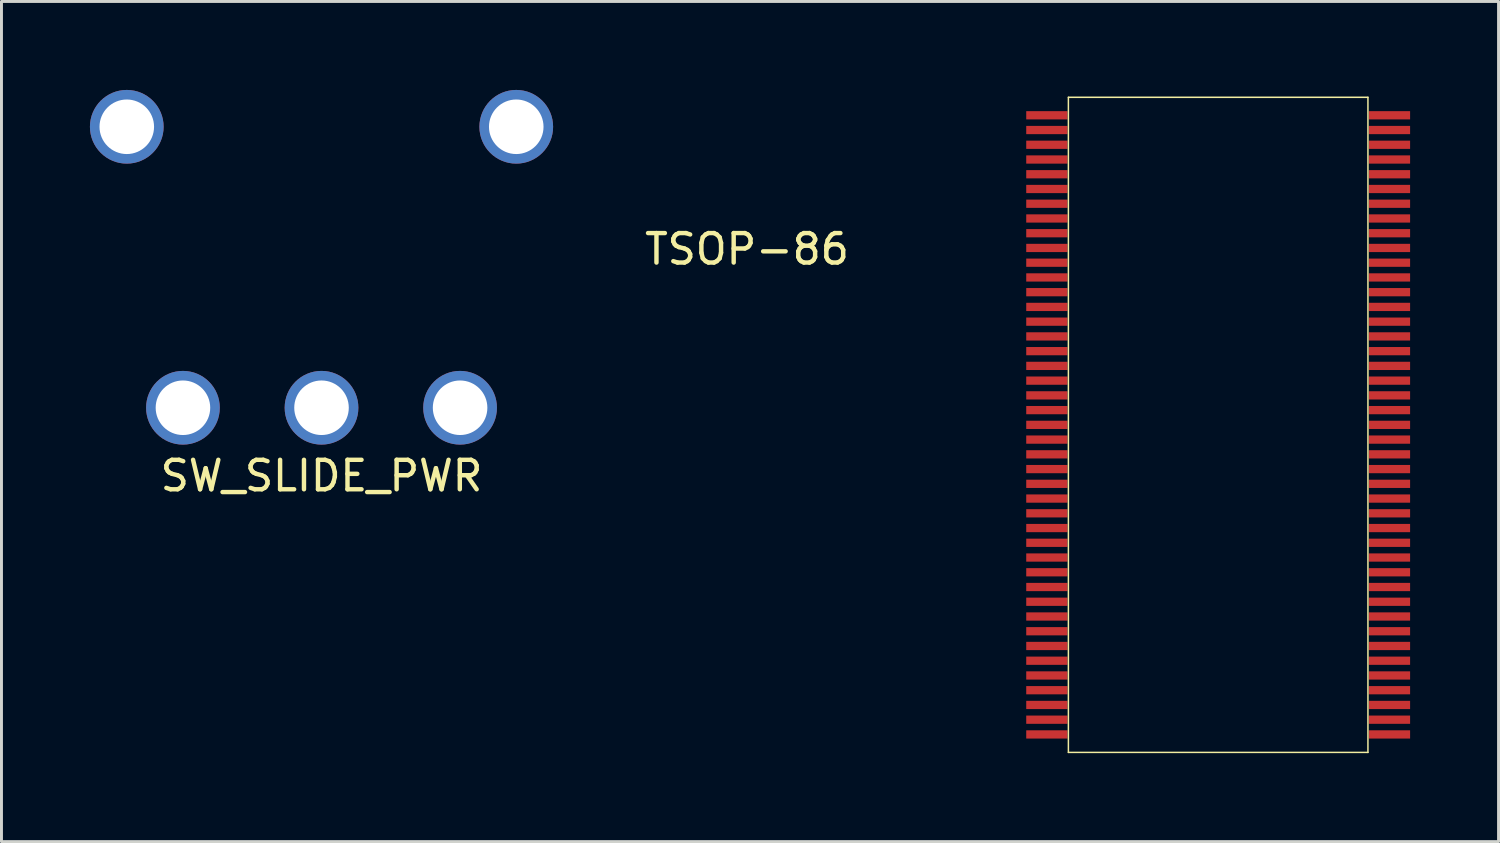
<source format=kicad_pcb>
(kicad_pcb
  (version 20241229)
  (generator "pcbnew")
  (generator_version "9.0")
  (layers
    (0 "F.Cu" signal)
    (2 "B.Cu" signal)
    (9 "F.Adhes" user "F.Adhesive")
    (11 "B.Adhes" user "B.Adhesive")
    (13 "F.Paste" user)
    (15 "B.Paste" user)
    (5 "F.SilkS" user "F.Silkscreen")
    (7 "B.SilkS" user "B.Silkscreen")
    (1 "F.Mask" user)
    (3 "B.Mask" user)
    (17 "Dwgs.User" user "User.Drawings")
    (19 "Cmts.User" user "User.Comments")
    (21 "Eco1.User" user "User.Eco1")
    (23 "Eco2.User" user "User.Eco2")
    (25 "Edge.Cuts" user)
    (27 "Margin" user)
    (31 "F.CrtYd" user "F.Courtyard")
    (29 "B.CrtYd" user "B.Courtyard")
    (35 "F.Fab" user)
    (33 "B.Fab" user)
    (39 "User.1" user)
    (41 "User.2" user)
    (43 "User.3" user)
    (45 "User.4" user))
  (footprint "TSOP-86"
    (layer "F.Cu")
    (at 33.187 0.25)
    (property "Reference" "TSOP-86" (at -10.9 5.15 0) (layer "F.SilkS") (effects (font (size 1 1) (thickness 0.15))))
    (attr through_hole)
    (fp_line (start 0 0) (end 10.16 0) (stroke (width 0.05) (type solid)) (layer "F.SilkS"))
    (fp_line (start 0 22.22) (end 0 0) (stroke (width 0.05) (type solid)) (layer "F.SilkS"))
    (fp_line (start 10.16 0) (end 10.16 22.22) (stroke (width 0.05) (type solid)) (layer "F.SilkS"))
    (fp_line (start 10.16 22.22) (end 0 22.22) (stroke (width 0.05) (type solid)) (layer "F.SilkS"))
    (pad "1" smd rect (at -0.73 0.61) (size 1.4 0.28) (layers "F.Cu" "F.Mask" "F.Paste"))
    (pad "2" smd rect (at -0.73 1.11) (size 1.4 0.28) (layers "F.Cu" "F.Mask" "F.Paste"))
    (pad "3" smd rect (at -0.73 1.61) (size 1.4 0.28) (layers "F.Cu" "F.Mask" "F.Paste"))
    (pad "4" smd rect (at -0.73 2.11) (size 1.4 0.28) (layers "F.Cu" "F.Mask" "F.Paste"))
    (pad "5" smd rect (at -0.73 2.61) (size 1.4 0.28) (layers "F.Cu" "F.Mask" "F.Paste"))
    (pad "6" smd rect (at -0.73 3.11) (size 1.4 0.28) (layers "F.Cu" "F.Mask" "F.Paste"))
    (pad "7" smd rect (at -0.73 3.61) (size 1.4 0.28) (layers "F.Cu" "F.Mask" "F.Paste"))
    (pad "8" smd rect (at -0.73 4.11) (size 1.4 0.28) (layers "F.Cu" "F.Mask" "F.Paste"))
    (pad "9" smd rect (at -0.73 4.61) (size 1.4 0.28) (layers "F.Cu" "F.Mask" "F.Paste"))
    (pad "10" smd rect (at -0.73 5.11) (size 1.4 0.28) (layers "F.Cu" "F.Mask" "F.Paste"))
    (pad "11" smd rect (at -0.73 5.61) (size 1.4 0.28) (layers "F.Cu" "F.Mask" "F.Paste"))
    (pad "12" smd rect (at -0.73 6.11) (size 1.4 0.28) (layers "F.Cu" "F.Mask" "F.Paste"))
    (pad "13" smd rect (at -0.73 6.61) (size 1.4 0.28) (layers "F.Cu" "F.Mask" "F.Paste"))
    (pad "14" smd rect (at -0.73 7.11) (size 1.4 0.28) (layers "F.Cu" "F.Mask" "F.Paste"))
    (pad "15" smd rect (at -0.73 7.61) (size 1.4 0.28) (layers "F.Cu" "F.Mask" "F.Paste"))
    (pad "16" smd rect (at -0.73 8.11) (size 1.4 0.28) (layers "F.Cu" "F.Mask" "F.Paste"))
    (pad "17" smd rect (at -0.73 8.61) (size 1.4 0.28) (layers "F.Cu" "F.Mask" "F.Paste"))
    (pad "18" smd rect (at -0.73 9.11) (size 1.4 0.28) (layers "F.Cu" "F.Mask" "F.Paste"))
    (pad "19" smd rect (at -0.73 9.61) (size 1.4 0.28) (layers "F.Cu" "F.Mask" "F.Paste"))
    (pad "20" smd rect (at -0.73 10.11) (size 1.4 0.28) (layers "F.Cu" "F.Mask" "F.Paste"))
    (pad "21" smd rect (at -0.73 10.61) (size 1.4 0.28) (layers "F.Cu" "F.Mask" "F.Paste"))
    (pad "22" smd rect (at -0.73 11.11) (size 1.4 0.28) (layers "F.Cu" "F.Mask" "F.Paste"))
    (pad "23" smd rect (at -0.73 11.61) (size 1.4 0.28) (layers "F.Cu" "F.Mask" "F.Paste"))
    (pad "24" smd rect (at -0.73 12.11) (size 1.4 0.28) (layers "F.Cu" "F.Mask" "F.Paste"))
    (pad "25" smd rect (at -0.73 12.61) (size 1.4 0.28) (layers "F.Cu" "F.Mask" "F.Paste"))
    (pad "26" smd rect (at -0.73 13.11) (size 1.4 0.28) (layers "F.Cu" "F.Mask" "F.Paste"))
    (pad "27" smd rect (at -0.73 13.61) (size 1.4 0.28) (layers "F.Cu" "F.Mask" "F.Paste"))
    (pad "28" smd rect (at -0.73 14.11) (size 1.4 0.28) (layers "F.Cu" "F.Mask" "F.Paste"))
    (pad "29" smd rect (at -0.73 14.61) (size 1.4 0.28) (layers "F.Cu" "F.Mask" "F.Paste"))
    (pad "30" smd rect (at -0.73 15.11) (size 1.4 0.28) (layers "F.Cu" "F.Mask" "F.Paste"))
    (pad "31" smd rect (at -0.73 15.61) (size 1.4 0.28) (layers "F.Cu" "F.Mask" "F.Paste"))
    (pad "32" smd rect (at -0.73 16.11) (size 1.4 0.28) (layers "F.Cu" "F.Mask" "F.Paste"))
    (pad "33" smd rect (at -0.73 16.61) (size 1.4 0.28) (layers "F.Cu" "F.Mask" "F.Paste"))
    (pad "34" smd rect (at -0.73 17.11) (size 1.4 0.28) (layers "F.Cu" "F.Mask" "F.Paste"))
    (pad "35" smd rect (at -0.73 17.61) (size 1.4 0.28) (layers "F.Cu" "F.Mask" "F.Paste"))
    (pad "36" smd rect (at -0.73 18.11) (size 1.4 0.28) (layers "F.Cu" "F.Mask" "F.Paste"))
    (pad "37" smd rect (at -0.73 18.61) (size 1.4 0.28) (layers "F.Cu" "F.Mask" "F.Paste"))
    (pad "38" smd rect (at -0.73 19.11) (size 1.4 0.28) (layers "F.Cu" "F.Mask" "F.Paste"))
    (pad "39" smd rect (at -0.73 19.61) (size 1.4 0.28) (layers "F.Cu" "F.Mask" "F.Paste"))
    (pad "40" smd rect (at -0.73 20.11) (size 1.4 0.28) (layers "F.Cu" "F.Mask" "F.Paste"))
    (pad "41" smd rect (at -0.73 20.61) (size 1.4 0.28) (layers "F.Cu" "F.Mask" "F.Paste"))
    (pad "42" smd rect (at -0.73 21.11) (size 1.4 0.28) (layers "F.Cu" "F.Mask" "F.Paste"))
    (pad "43" smd rect (at -0.73 21.61) (size 1.4 0.28) (layers "F.Cu" "F.Mask" "F.Paste"))
    (pad "44" smd rect (at 10.89 21.61) (size 1.4 0.28) (layers "F.Cu" "F.Mask" "F.Paste"))
    (pad "45" smd rect (at 10.89 21.11) (size 1.4 0.28) (layers "F.Cu" "F.Mask" "F.Paste"))
    (pad "46" smd rect (at 10.89 20.61) (size 1.4 0.28) (layers "F.Cu" "F.Mask" "F.Paste"))
    (pad "47" smd rect (at 10.89 20.11) (size 1.4 0.28) (layers "F.Cu" "F.Mask" "F.Paste"))
    (pad "48" smd rect (at 10.89 19.61) (size 1.4 0.28) (layers "F.Cu" "F.Mask" "F.Paste"))
    (pad "49" smd rect (at 10.89 19.11) (size 1.4 0.28) (layers "F.Cu" "F.Mask" "F.Paste"))
    (pad "50" smd rect (at 10.89 18.61) (size 1.4 0.28) (layers "F.Cu" "F.Mask" "F.Paste"))
    (pad "51" smd rect (at 10.89 18.11) (size 1.4 0.28) (layers "F.Cu" "F.Mask" "F.Paste"))
    (pad "52" smd rect (at 10.89 17.61) (size 1.4 0.28) (layers "F.Cu" "F.Mask" "F.Paste"))
    (pad "53" smd rect (at 10.89 17.11) (size 1.4 0.28) (layers "F.Cu" "F.Mask" "F.Paste"))
    (pad "54" smd rect (at 10.89 16.61) (size 1.4 0.28) (layers "F.Cu" "F.Mask" "F.Paste"))
    (pad "55" smd rect (at 10.89 16.11) (size 1.4 0.28) (layers "F.Cu" "F.Mask" "F.Paste"))
    (pad "56" smd rect (at 10.89 15.61) (size 1.4 0.28) (layers "F.Cu" "F.Mask" "F.Paste"))
    (pad "57" smd rect (at 10.89 15.11) (size 1.4 0.28) (layers "F.Cu" "F.Mask" "F.Paste"))
    (pad "58" smd rect (at 10.89 14.61) (size 1.4 0.28) (layers "F.Cu" "F.Mask" "F.Paste"))
    (pad "59" smd rect (at 10.89 14.11) (size 1.4 0.28) (layers "F.Cu" "F.Mask" "F.Paste"))
    (pad "60" smd rect (at 10.89 13.61) (size 1.4 0.28) (layers "F.Cu" "F.Mask" "F.Paste"))
    (pad "61" smd rect (at 10.89 13.11) (size 1.4 0.28) (layers "F.Cu" "F.Mask" "F.Paste"))
    (pad "62" smd rect (at 10.89 12.61) (size 1.4 0.28) (layers "F.Cu" "F.Mask" "F.Paste"))
    (pad "63" smd rect (at 10.89 12.11) (size 1.4 0.28) (layers "F.Cu" "F.Mask" "F.Paste"))
    (pad "64" smd rect (at 10.89 11.61) (size 1.4 0.28) (layers "F.Cu" "F.Mask" "F.Paste"))
    (pad "65" smd rect (at 10.89 11.11) (size 1.4 0.28) (layers "F.Cu" "F.Mask" "F.Paste"))
    (pad "66" smd rect (at 10.89 10.61) (size 1.4 0.28) (layers "F.Cu" "F.Mask" "F.Paste"))
    (pad "67" smd rect (at 10.89 10.11) (size 1.4 0.28) (layers "F.Cu" "F.Mask" "F.Paste"))
    (pad "68" smd rect (at 10.89 9.61) (size 1.4 0.28) (layers "F.Cu" "F.Mask" "F.Paste"))
    (pad "69" smd rect (at 10.89 9.11) (size 1.4 0.28) (layers "F.Cu" "F.Mask" "F.Paste"))
    (pad "70" smd rect (at 10.89 8.61) (size 1.4 0.28) (layers "F.Cu" "F.Mask" "F.Paste"))
    (pad "71" smd rect (at 10.89 8.11) (size 1.4 0.28) (layers "F.Cu" "F.Mask" "F.Paste"))
    (pad "72" smd rect (at 10.89 7.61) (size 1.4 0.28) (layers "F.Cu" "F.Mask" "F.Paste"))
    (pad "73" smd rect (at 10.89 7.11) (size 1.4 0.28) (layers "F.Cu" "F.Mask" "F.Paste"))
    (pad "74" smd rect (at 10.89 6.61) (size 1.4 0.28) (layers "F.Cu" "F.Mask" "F.Paste"))
    (pad "75" smd rect (at 10.89 6.11) (size 1.4 0.28) (layers "F.Cu" "F.Mask" "F.Paste"))
    (pad "76" smd rect (at 10.89 5.61) (size 1.4 0.28) (layers "F.Cu" "F.Mask" "F.Paste"))
    (pad "77" smd rect (at 10.89 5.11) (size 1.4 0.28) (layers "F.Cu" "F.Mask" "F.Paste"))
    (pad "78" smd rect (at 10.89 4.61) (size 1.4 0.28) (layers "F.Cu" "F.Mask" "F.Paste"))
    (pad "79" smd rect (at 10.89 4.11) (size 1.4 0.28) (layers "F.Cu" "F.Mask" "F.Paste"))
    (pad "80" smd rect (at 10.89 3.61) (size 1.4 0.28) (layers "F.Cu" "F.Mask" "F.Paste"))
    (pad "81" smd rect (at 10.89 3.11) (size 1.4 0.28) (layers "F.Cu" "F.Mask" "F.Paste"))
    (pad "82" smd rect (at 10.89 2.61) (size 1.4 0.28) (layers "F.Cu" "F.Mask" "F.Paste"))
    (pad "83" smd rect (at 10.89 2.11) (size 1.4 0.28) (layers "F.Cu" "F.Mask" "F.Paste"))
    (pad "84" smd rect (at 10.89 1.61) (size 1.4 0.28) (layers "F.Cu" "F.Mask" "F.Paste"))
    (pad "85" smd rect (at 10.89 1.11) (size 1.4 0.28) (layers "F.Cu" "F.Mask" "F.Paste"))
    (pad "86" smd rect (at 10.89 0.61) (size 1.4 0.28) (layers "F.Cu" "F.Mask" "F.Paste")))
  (footprint "SW_SLIDE_PWR"
    (layer "F.Cu")
    (at 7.855 10.78)
    (property "Reference" "SW_SLIDE_PWR" (at 0 2.31 0) (layer "F.SilkS") (effects (font (size 1 1) (thickness 0.15))))
    (attr through_hole)
    (pad "1" thru_hole circle (at 4.7 0) (size 2.5 2.5) (drill 1.85) (layers "*.Cu" "*.Mask"))
    (pad "2" thru_hole circle (at 0 0) (size 2.5 2.5) (drill 1.85) (layers "*.Cu" "*.Mask"))
    (pad "3" thru_hole circle (at -4.7 0) (size 2.5 2.5) (drill 1.85) (layers "*.Cu" "*.Mask"))
    (pad "4" thru_hole circle (at -6.605 -9.53) (size 2.5 2.5) (drill 1.85) (layers "*.Cu" "*.Mask"))
    (pad "5" thru_hole circle (at 6.605 -9.53) (size 2.5 2.5) (drill 1.85) (layers "*.Cu" "*.Mask")))
  (gr_rect
    (start -3 -3)
    (end 47.777 25.495)
    (stroke (width 0.1) (type default))
    (fill no)
    (layer "Edge.Cuts")))
</source>
